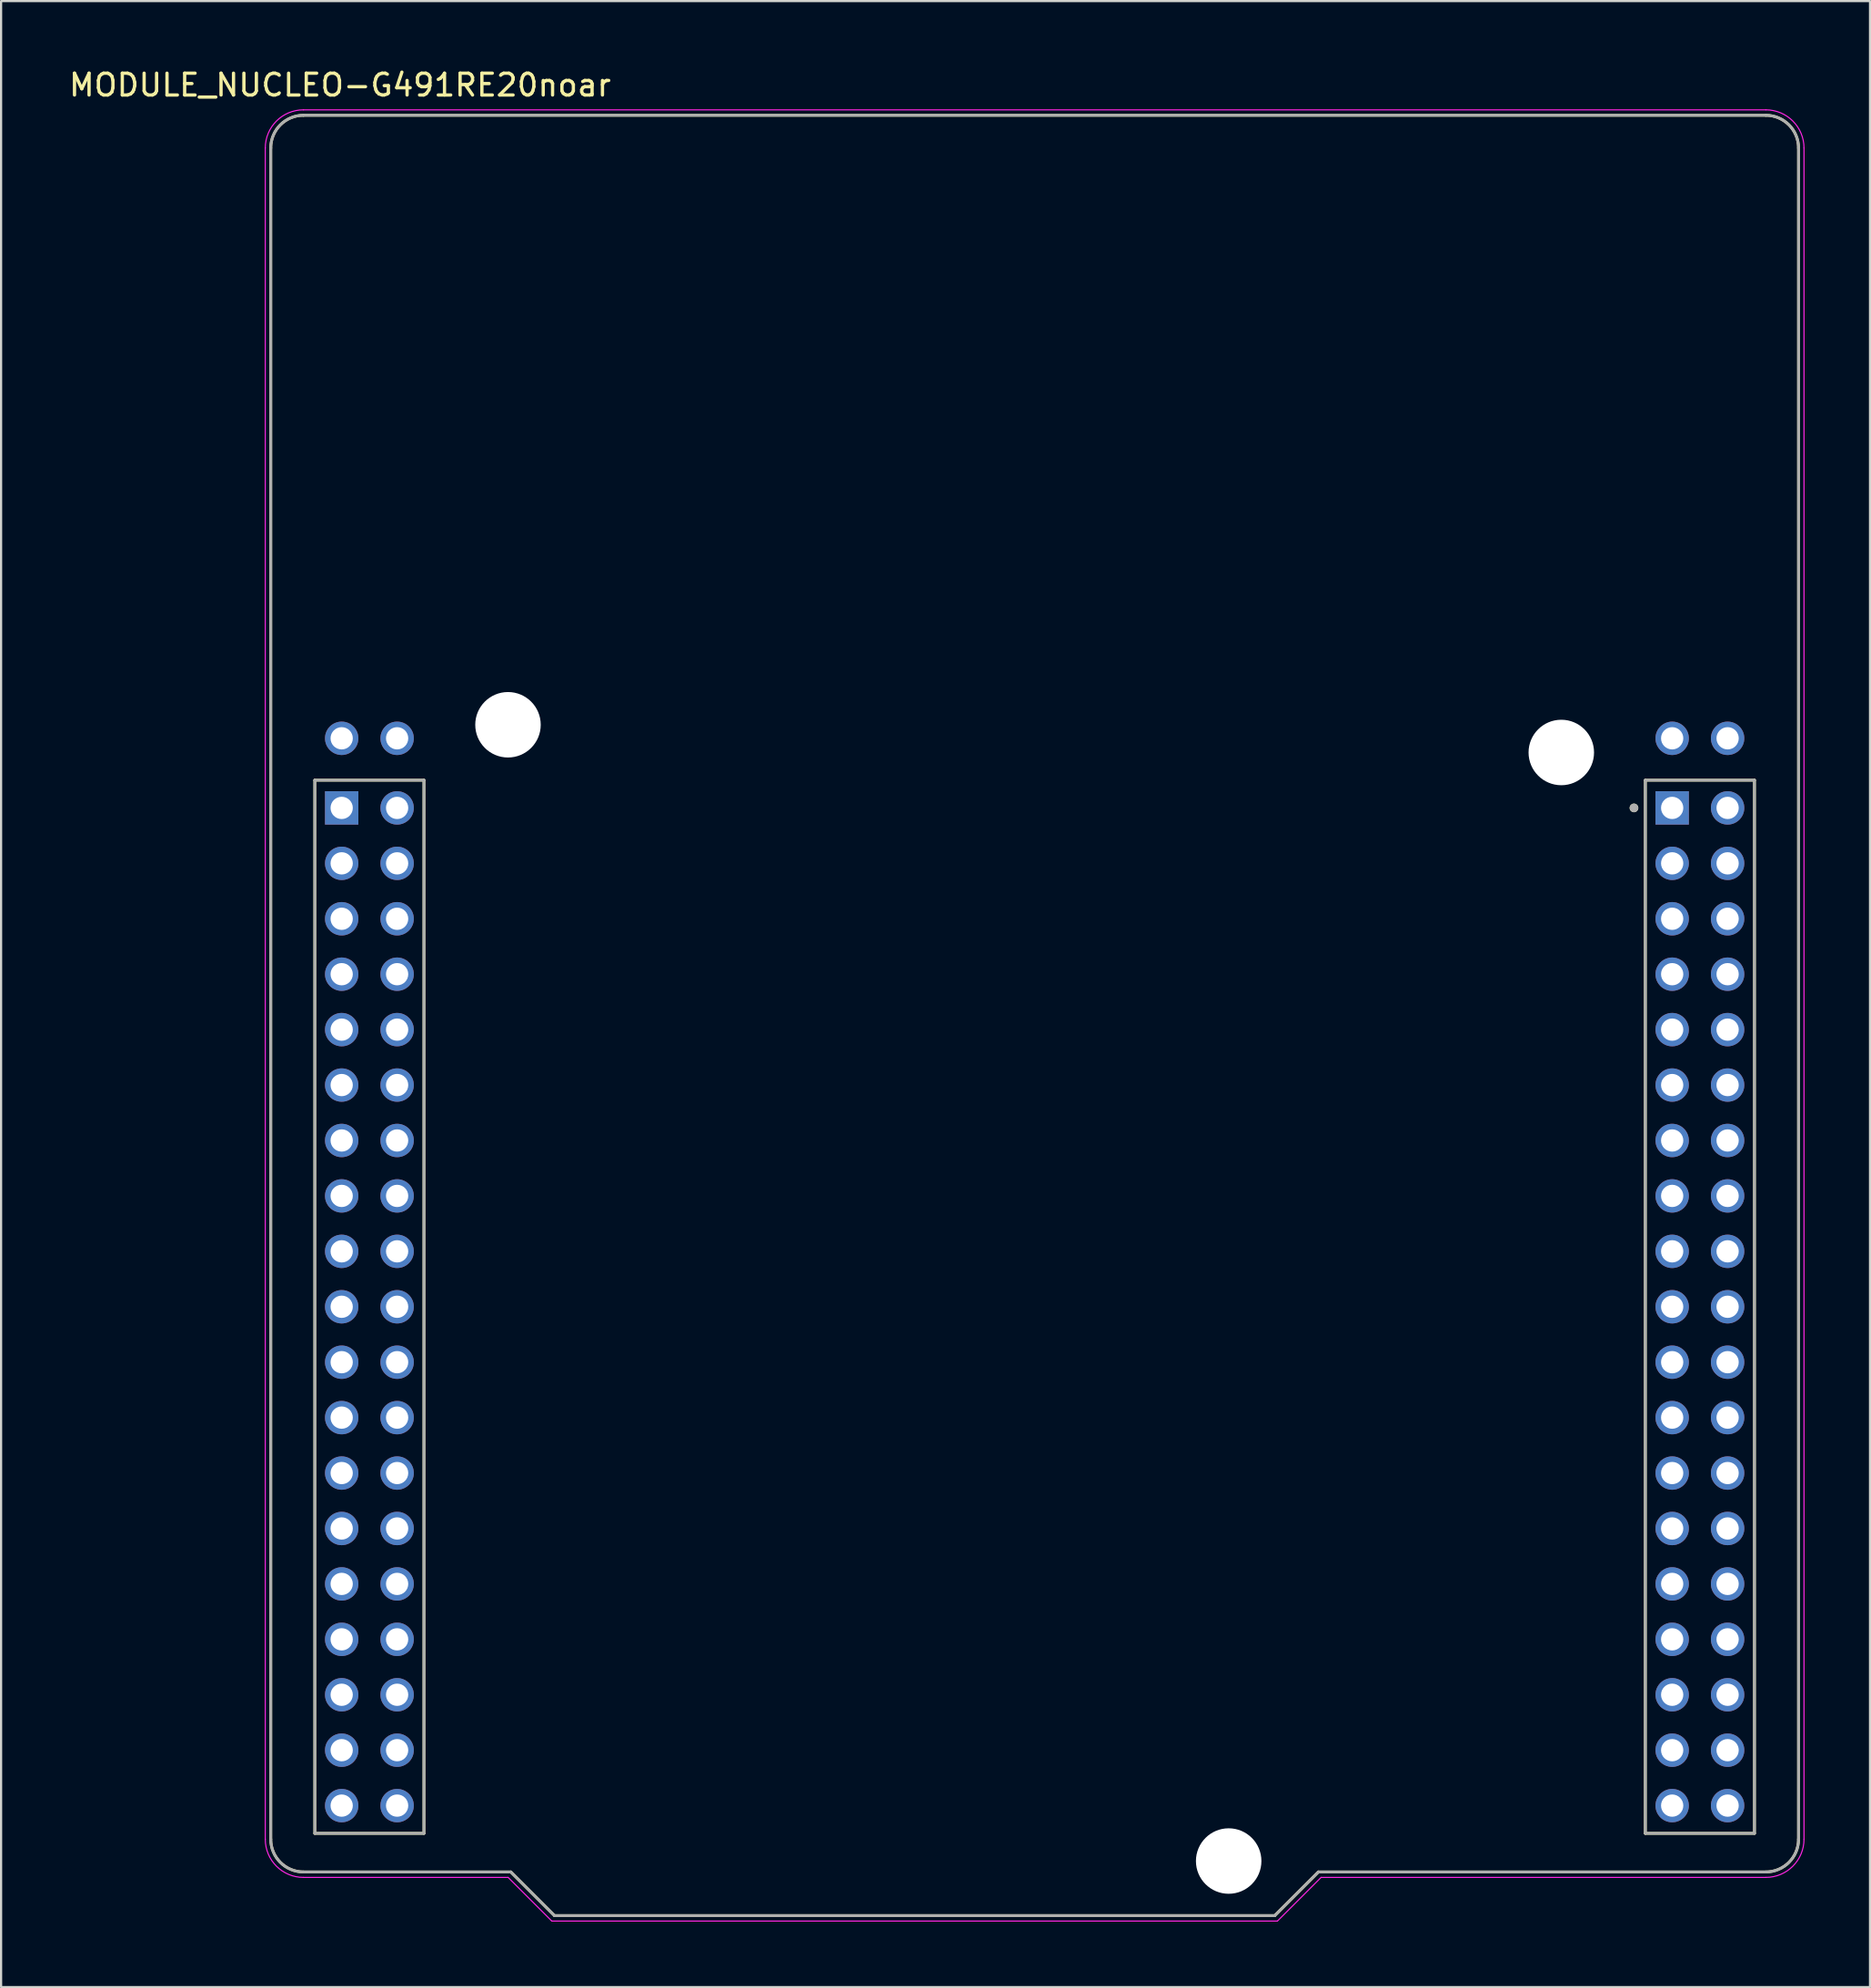
<source format=kicad_pcb>
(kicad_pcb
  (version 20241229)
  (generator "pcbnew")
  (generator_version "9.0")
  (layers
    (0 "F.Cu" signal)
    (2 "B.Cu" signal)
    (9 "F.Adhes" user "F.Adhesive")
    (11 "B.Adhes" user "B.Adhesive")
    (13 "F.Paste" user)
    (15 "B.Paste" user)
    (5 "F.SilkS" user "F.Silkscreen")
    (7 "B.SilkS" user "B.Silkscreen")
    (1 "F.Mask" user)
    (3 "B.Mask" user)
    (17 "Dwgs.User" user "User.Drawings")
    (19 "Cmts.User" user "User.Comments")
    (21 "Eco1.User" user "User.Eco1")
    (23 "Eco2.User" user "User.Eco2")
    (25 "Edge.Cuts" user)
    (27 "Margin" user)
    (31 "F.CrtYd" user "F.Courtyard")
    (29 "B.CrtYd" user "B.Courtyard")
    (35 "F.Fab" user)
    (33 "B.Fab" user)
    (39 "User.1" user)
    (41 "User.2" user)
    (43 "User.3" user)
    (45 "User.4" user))
  (footprint "MODULE_NUCLEO-G491RE20noar"
    (layer "F.Cu")
    (at 44.355 43.483)
    (property "Reference" "MODULE_NUCLEO-G491RE20noar" (at -31.825 -42.635 0) (layer "F.SilkS") (effects (font (size 1 1) (thickness 0.15))))
    (attr through_hole)
    (fp_line (start -35 37.75) (end -35 -39.75) (stroke (width 0.127) (type solid)) (layer "F.SilkS"))
    (fp_line (start -33.5 -41.25) (end 33.5 -41.25) (stroke (width 0.127) (type solid)) (layer "F.SilkS"))
    (fp_line (start -32.98 -10.78) (end -32.98 37.48) (stroke (width 0.127) (type solid)) (layer "F.SilkS"))
    (fp_line (start -32.98 37.48) (end -27.98 37.48) (stroke (width 0.127) (type solid)) (layer "F.SilkS"))
    (fp_line (start -27.98 -10.78) (end -32.98 -10.78) (stroke (width 0.127) (type solid)) (layer "F.SilkS"))
    (fp_line (start -27.98 37.48) (end -27.98 -10.78) (stroke (width 0.127) (type solid)) (layer "F.SilkS"))
    (fp_line (start -24 39.25) (end -33.5 39.25) (stroke (width 0.127) (type solid)) (layer "F.SilkS"))
    (fp_line (start -22 41.25) (end -24 39.25) (stroke (width 0.127) (type solid)) (layer "F.SilkS"))
    (fp_line (start 11 41.25) (end -22 41.25) (stroke (width 0.127) (type solid)) (layer "F.SilkS"))
    (fp_line (start 13 39.25) (end 11 41.25) (stroke (width 0.127) (type solid)) (layer "F.SilkS"))
    (fp_line (start 27.98 -10.78) (end 27.98 37.48) (stroke (width 0.127) (type solid)) (layer "F.SilkS"))
    (fp_line (start 27.98 37.48) (end 32.98 37.48) (stroke (width 0.127) (type solid)) (layer "F.SilkS"))
    (fp_line (start 32.98 -10.78) (end 27.98 -10.78) (stroke (width 0.127) (type solid)) (layer "F.SilkS"))
    (fp_line (start 32.98 37.48) (end 32.98 -10.78) (stroke (width 0.127) (type solid)) (layer "F.SilkS"))
    (fp_line (start 33.5 39.25) (end 13 39.25) (stroke (width 0.127) (type solid)) (layer "F.SilkS"))
    (fp_line (start 35 -39.75) (end 35 37.75) (stroke (width 0.127) (type solid)) (layer "F.SilkS"))
    (fp_arc (start -35 -39.75) (mid -34.56066 -40.81066) (end -33.5 -41.25) (stroke (width 0.127) (type solid)) (layer "F.SilkS"))
    (fp_arc (start -33.5 39.25) (mid -34.56066 38.81066) (end -35 37.75) (stroke (width 0.127) (type solid)) (layer "F.SilkS"))
    (fp_arc (start 33.5 -41.25) (mid 34.56066 -40.81066) (end 35 -39.75) (stroke (width 0.127) (type solid)) (layer "F.SilkS"))
    (fp_arc (start 35 37.75) (mid 34.56066 38.81066) (end 33.5 39.25) (stroke (width 0.127) (type solid)) (layer "F.SilkS"))
    (fp_circle (center 27.46 -9.51) (end 27.56 -9.51) (stroke (width 0.2) (type solid)) (fill no) (layer "F.SilkS"))
    (fp_line (start -35.25 37.75) (end -35.25 -39.75) (stroke (width 0.05) (type solid)) (layer "F.CrtYd"))
    (fp_line (start -33.5 -41.5) (end 33.5 -41.5) (stroke (width 0.05) (type solid)) (layer "F.CrtYd"))
    (fp_line (start -24.125 39.5) (end -33.5 39.5) (stroke (width 0.05) (type solid)) (layer "F.CrtYd"))
    (fp_line (start -22.125 41.5) (end -24.125 39.5) (stroke (width 0.05) (type solid)) (layer "F.CrtYd"))
    (fp_line (start 11.125 41.5) (end -22.125 41.5) (stroke (width 0.05) (type solid)) (layer "F.CrtYd"))
    (fp_line (start 13.125 39.5) (end 11.125 41.5) (stroke (width 0.05) (type solid)) (layer "F.CrtYd"))
    (fp_line (start 33.5 39.5) (end 13.125 39.5) (stroke (width 0.05) (type solid)) (layer "F.CrtYd"))
    (fp_line (start 35.25 -39.75) (end 35.25 37.75) (stroke (width 0.05) (type solid)) (layer "F.CrtYd"))
    (fp_arc (start -35.25 -39.75) (mid -34.737437 -40.987437) (end -33.5 -41.5) (stroke (width 0.05) (type solid)) (layer "F.CrtYd"))
    (fp_arc (start -33.5 39.5) (mid -34.737437 38.987437) (end -35.25 37.75) (stroke (width 0.05) (type solid)) (layer "F.CrtYd"))
    (fp_arc (start 33.5 -41.5) (mid 34.737437 -40.987437) (end 35.25 -39.75) (stroke (width 0.05) (type solid)) (layer "F.CrtYd"))
    (fp_arc (start 35.25 37.75) (mid 34.737437 38.987437) (end 33.5 39.5) (stroke (width 0.05) (type solid)) (layer "F.CrtYd"))
    (fp_line (start -35 37.75) (end -35 -39.75) (stroke (width 0.127) (type solid)) (layer "F.Fab"))
    (fp_line (start -33.5 -41.25) (end 33.5 -41.25) (stroke (width 0.127) (type solid)) (layer "F.Fab"))
    (fp_line (start -32.98 -10.78) (end -32.98 37.48) (stroke (width 0.127) (type solid)) (layer "F.Fab"))
    (fp_line (start -32.98 37.48) (end -27.98 37.48) (stroke (width 0.127) (type solid)) (layer "F.Fab"))
    (fp_line (start -27.98 -10.78) (end -32.98 -10.78) (stroke (width 0.127) (type solid)) (layer "F.Fab"))
    (fp_line (start -27.98 37.48) (end -27.98 -10.78) (stroke (width 0.127) (type solid)) (layer "F.Fab"))
    (fp_line (start -24 39.25) (end -33.5 39.25) (stroke (width 0.127) (type solid)) (layer "F.Fab"))
    (fp_line (start -22 41.25) (end -24 39.25) (stroke (width 0.127) (type solid)) (layer "F.Fab"))
    (fp_line (start 11 41.25) (end -22 41.25) (stroke (width 0.127) (type solid)) (layer "F.Fab"))
    (fp_line (start 13 39.25) (end 11 41.25) (stroke (width 0.127) (type solid)) (layer "F.Fab"))
    (fp_line (start 27.98 -10.78) (end 27.98 37.48) (stroke (width 0.127) (type solid)) (layer "F.Fab"))
    (fp_line (start 27.98 37.48) (end 32.98 37.48) (stroke (width 0.127) (type solid)) (layer "F.Fab"))
    (fp_line (start 32.98 -10.78) (end 27.98 -10.78) (stroke (width 0.127) (type solid)) (layer "F.Fab"))
    (fp_line (start 32.98 37.48) (end 32.98 -10.78) (stroke (width 0.127) (type solid)) (layer "F.Fab"))
    (fp_line (start 33.5 39.25) (end 13 39.25) (stroke (width 0.127) (type solid)) (layer "F.Fab"))
    (fp_line (start 35 -39.75) (end 35 37.75) (stroke (width 0.127) (type solid)) (layer "F.Fab"))
    (fp_arc (start -35 -39.75) (mid -34.56066 -40.81066) (end -33.5 -41.25) (stroke (width 0.127) (type solid)) (layer "F.Fab"))
    (fp_arc (start -33.5 39.25) (mid -34.56066 38.81066) (end -35 37.75) (stroke (width 0.127) (type solid)) (layer "F.Fab"))
    (fp_arc (start 33.5 -41.25) (mid 34.56066 -40.81066) (end 35 -39.75) (stroke (width 0.127) (type solid)) (layer "F.Fab"))
    (fp_arc (start 35 37.75) (mid 34.56066 38.81066) (end 33.5 39.25) (stroke (width 0.127) (type solid)) (layer "F.Fab"))
    (fp_circle (center 27.46 -9.51) (end 27.56 -9.51) (stroke (width 0.2) (type solid)) (fill no) (layer "F.Fab"))
    (pad "" np_thru_hole circle (at -24.13 -13.32) (size 3 3) (drill 3) (layers "*.Cu" "*.Mask"))
    (pad "" np_thru_hole circle (at 8.89 38.75) (size 3 3) (drill 3) (layers "*.Cu" "*.Mask"))
    (pad "" np_thru_hole circle (at 24.13 -12.05) (size 3 3) (drill 3) (layers "*.Cu" "*.Mask"))
    (pad "CN7_1" thru_hole rect (at -31.75 -9.51) (size 1.53 1.53) (drill 1.02) (layers "*.Cu" "*.Mask"))
    (pad "CN7_2" thru_hole circle (at -29.21 -9.51) (size 1.53 1.53) (drill 1.02) (layers "*.Cu" "*.Mask"))
    (pad "CN7_3" thru_hole circle (at -31.75 -6.97) (size 1.53 1.53) (drill 1.02) (layers "*.Cu" "*.Mask"))
    (pad "CN7_4" thru_hole circle (at -29.21 -6.97) (size 1.53 1.53) (drill 1.02) (layers "*.Cu" "*.Mask"))
    (pad "CN7_5" thru_hole circle (at -31.75 -4.43) (size 1.53 1.53) (drill 1.02) (layers "*.Cu" "*.Mask"))
    (pad "CN7_6" thru_hole circle (at -29.21 -4.43) (size 1.53 1.53) (drill 1.02) (layers "*.Cu" "*.Mask"))
    (pad "CN7_7" thru_hole circle (at -31.75 -1.89) (size 1.53 1.53) (drill 1.02) (layers "*.Cu" "*.Mask"))
    (pad "CN7_8" thru_hole circle (at -29.21 -1.89) (size 1.53 1.53) (drill 1.02) (layers "*.Cu" "*.Mask"))
    (pad "CN7_9" thru_hole circle (at -31.75 0.65) (size 1.53 1.53) (drill 1.02) (layers "*.Cu" "*.Mask"))
    (pad "CN7_10" thru_hole circle (at -29.21 0.65) (size 1.53 1.53) (drill 1.02) (layers "*.Cu" "*.Mask"))
    (pad "CN7_11" thru_hole circle (at -31.75 3.19) (size 1.53 1.53) (drill 1.02) (layers "*.Cu" "*.Mask"))
    (pad "CN7_12" thru_hole circle (at -29.21 3.19) (size 1.53 1.53) (drill 1.02) (layers "*.Cu" "*.Mask"))
    (pad "CN7_13" thru_hole circle (at -31.75 5.73) (size 1.53 1.53) (drill 1.02) (layers "*.Cu" "*.Mask"))
    (pad "CN7_14" thru_hole circle (at -29.21 5.73) (size 1.53 1.53) (drill 1.02) (layers "*.Cu" "*.Mask"))
    (pad "CN7_15" thru_hole circle (at -31.75 8.27) (size 1.53 1.53) (drill 1.02) (layers "*.Cu" "*.Mask"))
    (pad "CN7_16" thru_hole circle (at -29.21 8.27) (size 1.53 1.53) (drill 1.02) (layers "*.Cu" "*.Mask"))
    (pad "CN7_17" thru_hole circle (at -31.75 10.81) (size 1.53 1.53) (drill 1.02) (layers "*.Cu" "*.Mask"))
    (pad "CN7_18" thru_hole circle (at -29.21 10.81) (size 1.53 1.53) (drill 1.02) (layers "*.Cu" "*.Mask"))
    (pad "CN7_19" thru_hole circle (at -31.75 13.35) (size 1.53 1.53) (drill 1.02) (layers "*.Cu" "*.Mask"))
    (pad "CN7_20" thru_hole circle (at -29.21 13.35) (size 1.53 1.53) (drill 1.02) (layers "*.Cu" "*.Mask"))
    (pad "CN7_21" thru_hole circle (at -31.75 15.89) (size 1.53 1.53) (drill 1.02) (layers "*.Cu" "*.Mask"))
    (pad "CN7_22" thru_hole circle (at -29.21 15.89) (size 1.53 1.53) (drill 1.02) (layers "*.Cu" "*.Mask"))
    (pad "CN7_23" thru_hole circle (at -31.75 18.43) (size 1.53 1.53) (drill 1.02) (layers "*.Cu" "*.Mask"))
    (pad "CN7_24" thru_hole circle (at -29.21 18.43) (size 1.53 1.53) (drill 1.02) (layers "*.Cu" "*.Mask"))
    (pad "CN7_25" thru_hole circle (at -31.75 20.97) (size 1.53 1.53) (drill 1.02) (layers "*.Cu" "*.Mask"))
    (pad "CN7_26" thru_hole circle (at -29.21 20.97) (size 1.53 1.53) (drill 1.02) (layers "*.Cu" "*.Mask"))
    (pad "CN7_27" thru_hole circle (at -31.75 23.51) (size 1.53 1.53) (drill 1.02) (layers "*.Cu" "*.Mask"))
    (pad "CN7_28" thru_hole circle (at -29.21 23.51) (size 1.53 1.53) (drill 1.02) (layers "*.Cu" "*.Mask"))
    (pad "CN7_29" thru_hole circle (at -31.75 26.05) (size 1.53 1.53) (drill 1.02) (layers "*.Cu" "*.Mask"))
    (pad "CN7_30" thru_hole circle (at -29.21 26.05) (size 1.53 1.53) (drill 1.02) (layers "*.Cu" "*.Mask"))
    (pad "CN7_31" thru_hole circle (at -31.75 28.59) (size 1.53 1.53) (drill 1.02) (layers "*.Cu" "*.Mask"))
    (pad "CN7_32" thru_hole circle (at -29.21 28.59) (size 1.53 1.53) (drill 1.02) (layers "*.Cu" "*.Mask"))
    (pad "CN7_33" thru_hole circle (at -31.75 31.13) (size 1.53 1.53) (drill 1.02) (layers "*.Cu" "*.Mask"))
    (pad "CN7_34" thru_hole circle (at -29.21 31.13) (size 1.53 1.53) (drill 1.02) (layers "*.Cu" "*.Mask"))
    (pad "CN7_35" thru_hole circle (at -31.75 33.67) (size 1.53 1.53) (drill 1.02) (layers "*.Cu" "*.Mask"))
    (pad "CN7_36" thru_hole circle (at -29.21 33.67) (size 1.53 1.53) (drill 1.02) (layers "*.Cu" "*.Mask"))
    (pad "CN7_37" thru_hole circle (at -31.75 36.21) (size 1.53 1.53) (drill 1.02) (layers "*.Cu" "*.Mask"))
    (pad "CN7_38" thru_hole circle (at -29.21 36.21) (size 1.53 1.53) (drill 1.02) (layers "*.Cu" "*.Mask"))
    (pad "CN10_1" thru_hole rect (at 29.21 -9.51) (size 1.53 1.53) (drill 1.02) (layers "*.Cu" "*.Mask"))
    (pad "CN10_2" thru_hole circle (at 31.75 -9.51) (size 1.53 1.53) (drill 1.02) (layers "*.Cu" "*.Mask"))
    (pad "CN10_3" thru_hole circle (at 29.21 -6.97) (size 1.53 1.53) (drill 1.02) (layers "*.Cu" "*.Mask"))
    (pad "CN10_4" thru_hole circle (at 31.75 -6.97) (size 1.53 1.53) (drill 1.02) (layers "*.Cu" "*.Mask"))
    (pad "CN10_5" thru_hole circle (at 29.21 -4.43) (size 1.53 1.53) (drill 1.02) (layers "*.Cu" "*.Mask"))
    (pad "CN10_6" thru_hole circle (at 31.75 -4.43) (size 1.53 1.53) (drill 1.02) (layers "*.Cu" "*.Mask"))
    (pad "CN10_7" thru_hole circle (at 29.21 -1.89) (size 1.53 1.53) (drill 1.02) (layers "*.Cu" "*.Mask"))
    (pad "CN10_8" thru_hole circle (at 31.75 -1.89) (size 1.53 1.53) (drill 1.02) (layers "*.Cu" "*.Mask"))
    (pad "CN10_9" thru_hole circle (at 29.21 0.65) (size 1.53 1.53) (drill 1.02) (layers "*.Cu" "*.Mask"))
    (pad "CN10_10" thru_hole circle (at 31.75 0.65) (size 1.53 1.53) (drill 1.02) (layers "*.Cu" "*.Mask"))
    (pad "CN10_11" thru_hole circle (at 29.21 3.19) (size 1.53 1.53) (drill 1.02) (layers "*.Cu" "*.Mask"))
    (pad "CN10_12" thru_hole circle (at 31.75 3.19) (size 1.53 1.53) (drill 1.02) (layers "*.Cu" "*.Mask"))
    (pad "CN10_13" thru_hole circle (at 29.21 5.73) (size 1.53 1.53) (drill 1.02) (layers "*.Cu" "*.Mask"))
    (pad "CN10_14" thru_hole circle (at 31.75 5.73) (size 1.53 1.53) (drill 1.02) (layers "*.Cu" "*.Mask"))
    (pad "CN10_15" thru_hole circle (at 29.21 8.27) (size 1.53 1.53) (drill 1.02) (layers "*.Cu" "*.Mask"))
    (pad "CN10_16" thru_hole circle (at 31.75 8.27) (size 1.53 1.53) (drill 1.02) (layers "*.Cu" "*.Mask"))
    (pad "CN10_17" thru_hole circle (at 29.21 10.81) (size 1.53 1.53) (drill 1.02) (layers "*.Cu" "*.Mask"))
    (pad "CN10_18" thru_hole circle (at 31.75 10.81) (size 1.53 1.53) (drill 1.02) (layers "*.Cu" "*.Mask"))
    (pad "CN10_19" thru_hole circle (at 29.21 13.35) (size 1.53 1.53) (drill 1.02) (layers "*.Cu" "*.Mask"))
    (pad "CN10_20" thru_hole circle (at 31.75 13.35) (size 1.53 1.53) (drill 1.02) (layers "*.Cu" "*.Mask"))
    (pad "CN10_21" thru_hole circle (at 29.21 15.89) (size 1.53 1.53) (drill 1.02) (layers "*.Cu" "*.Mask"))
    (pad "CN10_22" thru_hole circle (at 31.75 15.89) (size 1.53 1.53) (drill 1.02) (layers "*.Cu" "*.Mask"))
    (pad "CN10_23" thru_hole circle (at 29.21 18.43) (size 1.53 1.53) (drill 1.02) (layers "*.Cu" "*.Mask"))
    (pad "CN10_24" thru_hole circle (at 31.75 18.43) (size 1.53 1.53) (drill 1.02) (layers "*.Cu" "*.Mask"))
    (pad "CN10_25" thru_hole circle (at 29.21 20.97) (size 1.53 1.53) (drill 1.02) (layers "*.Cu" "*.Mask"))
    (pad "CN10_26" thru_hole circle (at 31.75 20.97) (size 1.53 1.53) (drill 1.02) (layers "*.Cu" "*.Mask"))
    (pad "CN10_27" thru_hole circle (at 29.21 23.51) (size 1.53 1.53) (drill 1.02) (layers "*.Cu" "*.Mask"))
    (pad "CN10_28" thru_hole circle (at 31.75 23.51) (size 1.53 1.53) (drill 1.02) (layers "*.Cu" "*.Mask"))
    (pad "CN10_29" thru_hole circle (at 29.21 26.05) (size 1.53 1.53) (drill 1.02) (layers "*.Cu" "*.Mask"))
    (pad "CN10_30" thru_hole circle (at 31.75 26.05) (size 1.53 1.53) (drill 1.02) (layers "*.Cu" "*.Mask"))
    (pad "CN10_31" thru_hole circle (at 29.21 28.59) (size 1.53 1.53) (drill 1.02) (layers "*.Cu" "*.Mask"))
    (pad "CN10_32" thru_hole circle (at 31.75 28.59) (size 1.53 1.53) (drill 1.02) (layers "*.Cu" "*.Mask"))
    (pad "CN10_33" thru_hole circle (at 29.21 31.13) (size 1.53 1.53) (drill 1.02) (layers "*.Cu" "*.Mask"))
    (pad "CN10_34" thru_hole circle (at 31.75 31.13) (size 1.53 1.53) (drill 1.02) (layers "*.Cu" "*.Mask"))
    (pad "CN10_35" thru_hole circle (at 29.21 33.67) (size 1.53 1.53) (drill 1.02) (layers "*.Cu" "*.Mask"))
    (pad "CN10_36" thru_hole circle (at 31.75 33.67) (size 1.53 1.53) (drill 1.02) (layers "*.Cu" "*.Mask"))
    (pad "CN10_37" thru_hole circle (at 29.21 36.21) (size 1.53 1.53) (drill 1.02) (layers "*.Cu" "*.Mask"))
    (pad "CN10_38" thru_hole circle (at 31.75 36.21) (size 1.53 1.53) (drill 1.02) (layers "*.Cu" "*.Mask"))
    (pad "SER0" thru_hole circle (at -31.75 -12.7) (size 1.53 1.53) (drill 1.02) (layers "*.Cu" "*.Mask"))
    (pad "SER1" thru_hole circle (at -29.21 -12.7) (size 1.53 1.53) (drill 1.02) (layers "*.Cu" "*.Mask"))
    (pad "SER2" thru_hole circle (at 29.21 -12.7) (size 1.53 1.53) (drill 1.02) (layers "*.Cu" "*.Mask"))
    (pad "SER3" thru_hole circle (at 31.75 -12.7) (size 1.53 1.53) (drill 1.02) (layers "*.Cu" "*.Mask")))
  (gr_rect
    (start -3 -3)
    (end 82.63 88.008)
    (stroke (width 0.1) (type default))
    (fill no)
    (layer "Edge.Cuts")))
</source>
